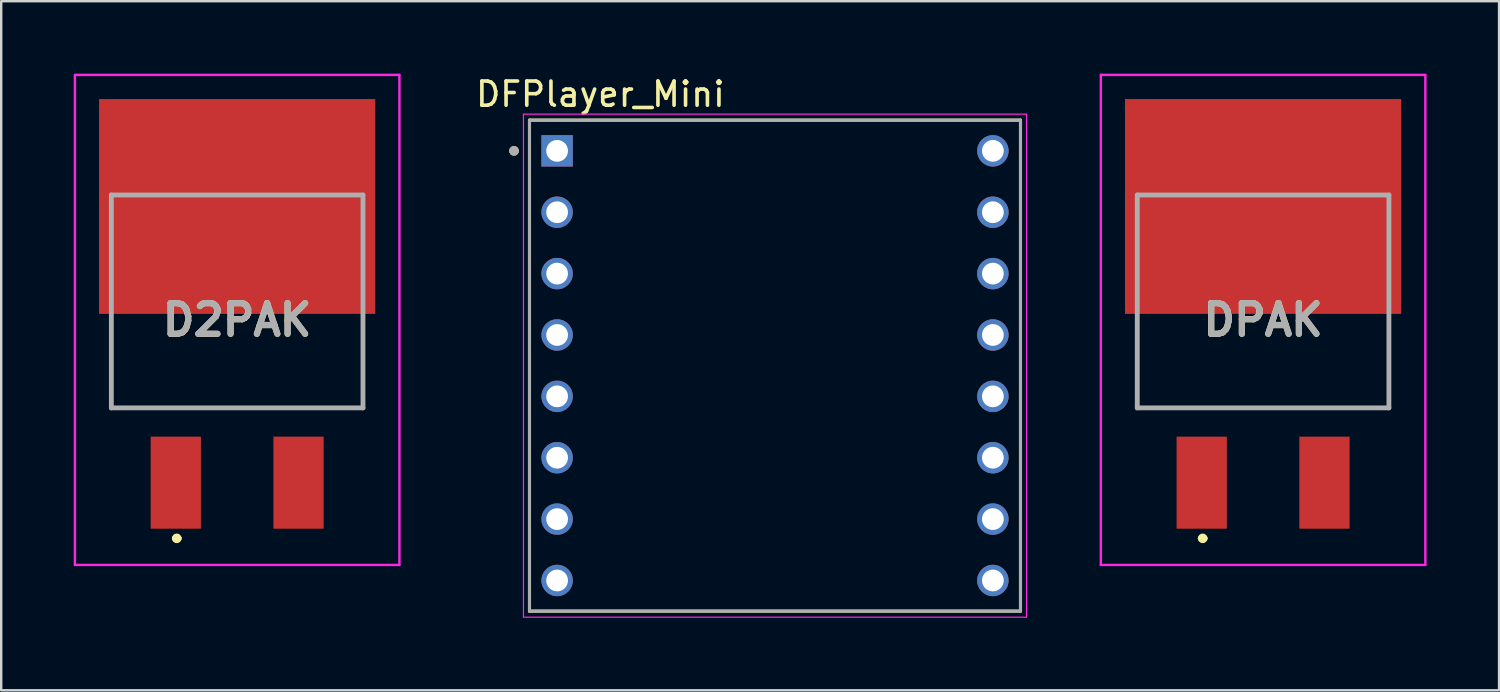
<source format=kicad_pcb>
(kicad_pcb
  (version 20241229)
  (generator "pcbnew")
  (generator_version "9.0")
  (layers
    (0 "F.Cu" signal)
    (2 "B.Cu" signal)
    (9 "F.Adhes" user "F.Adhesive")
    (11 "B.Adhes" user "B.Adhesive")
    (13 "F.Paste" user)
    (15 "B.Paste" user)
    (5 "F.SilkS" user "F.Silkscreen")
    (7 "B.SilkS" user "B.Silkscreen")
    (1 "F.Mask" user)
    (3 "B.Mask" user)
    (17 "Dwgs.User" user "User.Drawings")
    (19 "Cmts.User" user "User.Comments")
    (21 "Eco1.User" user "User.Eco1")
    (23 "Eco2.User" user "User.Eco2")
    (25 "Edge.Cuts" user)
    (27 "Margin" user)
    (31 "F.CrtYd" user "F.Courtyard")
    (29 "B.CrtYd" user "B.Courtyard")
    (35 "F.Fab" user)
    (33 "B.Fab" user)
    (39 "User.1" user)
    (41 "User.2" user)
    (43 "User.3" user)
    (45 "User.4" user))
  (footprint "DFPlayer_Mini"
    (layer "F.Cu")
    (at 29.023 12.083)
    (property "Reference" "DFPlayer_Mini" (at -7.225 -11.235 0) (layer "F.SilkS") (effects (font (size 1 1) (thickness 0.15))))
    (attr through_hole)
    (fp_line (start -10.16 -10.16) (end 10.16 -10.16) (stroke (width 0.127) (type solid)) (layer "F.SilkS"))
    (fp_line (start -10.16 10.16) (end -10.16 -10.16) (stroke (width 0.127) (type solid)) (layer "F.SilkS"))
    (fp_line (start 10.16 -10.16) (end 10.16 10.16) (stroke (width 0.127) (type solid)) (layer "F.SilkS"))
    (fp_line (start 10.16 10.16) (end -10.16 10.16) (stroke (width 0.127) (type solid)) (layer "F.SilkS"))
    (fp_circle (center -10.8 -8.89) (end -10.7 -8.89) (stroke (width 0.2) (type solid)) (fill no) (layer "F.SilkS"))
    (fp_line (start -10.41 -10.41) (end 10.41 -10.41) (stroke (width 0.05) (type solid)) (layer "F.CrtYd"))
    (fp_line (start -10.41 10.41) (end -10.41 -10.41) (stroke (width 0.05) (type solid)) (layer "F.CrtYd"))
    (fp_line (start 10.41 -10.41) (end 10.41 10.41) (stroke (width 0.05) (type solid)) (layer "F.CrtYd"))
    (fp_line (start 10.41 10.41) (end -10.41 10.41) (stroke (width 0.05) (type solid)) (layer "F.CrtYd"))
    (fp_line (start -10.16 -10.16) (end 10.16 -10.16) (stroke (width 0.127) (type solid)) (layer "F.Fab"))
    (fp_line (start -10.16 10.16) (end -10.16 -10.16) (stroke (width 0.127) (type solid)) (layer "F.Fab"))
    (fp_line (start 10.16 -10.16) (end 10.16 10.16) (stroke (width 0.127) (type solid)) (layer "F.Fab"))
    (fp_line (start 10.16 10.16) (end -10.16 10.16) (stroke (width 0.127) (type solid)) (layer "F.Fab"))
    (fp_circle (center -10.8 -8.89) (end -10.7 -8.89) (stroke (width 0.2) (type solid)) (fill no) (layer "F.Fab"))
    (pad "1" thru_hole rect (at -9.017 -8.89) (size 1.3 1.3) (drill 0.9) (layers "*.Cu" "*.Mask"))
    (pad "2" thru_hole circle (at -9.017 -6.35) (size 1.3 1.3) (drill 0.9) (layers "*.Cu" "*.Mask"))
    (pad "3" thru_hole circle (at -9.017 -3.81) (size 1.3 1.3) (drill 0.9) (layers "*.Cu" "*.Mask"))
    (pad "4" thru_hole circle (at -9.017 -1.27) (size 1.3 1.3) (drill 0.9) (layers "*.Cu" "*.Mask"))
    (pad "5" thru_hole circle (at -9.017 1.27) (size 1.3 1.3) (drill 0.9) (layers "*.Cu" "*.Mask"))
    (pad "6" thru_hole circle (at -9.017 3.81) (size 1.3 1.3) (drill 0.9) (layers "*.Cu" "*.Mask"))
    (pad "7" thru_hole circle (at -9.017 6.35) (size 1.3 1.3) (drill 0.9) (layers "*.Cu" "*.Mask"))
    (pad "8" thru_hole circle (at -9.017 8.89) (size 1.3 1.3) (drill 0.9) (layers "*.Cu" "*.Mask"))
    (pad "9" thru_hole circle (at 9.017 8.89) (size 1.3 1.3) (drill 0.9) (layers "*.Cu" "*.Mask"))
    (pad "10" thru_hole circle (at 9.017 6.35) (size 1.3 1.3) (drill 0.9) (layers "*.Cu" "*.Mask"))
    (pad "11" thru_hole circle (at 9.017 3.81) (size 1.3 1.3) (drill 0.9) (layers "*.Cu" "*.Mask"))
    (pad "12" thru_hole circle (at 9.017 1.27) (size 1.3 1.3) (drill 0.9) (layers "*.Cu" "*.Mask"))
    (pad "13" thru_hole circle (at 9.017 -1.27) (size 1.3 1.3) (drill 0.9) (layers "*.Cu" "*.Mask"))
    (pad "14" thru_hole circle (at 9.017 -3.81) (size 1.3 1.3) (drill 0.9) (layers "*.Cu" "*.Mask"))
    (pad "15" thru_hole circle (at 9.017 -6.35) (size 1.3 1.3) (drill 0.9) (layers "*.Cu" "*.Mask"))
    (pad "16" thru_hole circle (at 9.017 -8.89) (size 1.3 1.3) (drill 0.9) (layers "*.Cu" "*.Mask")))
  (footprint "DPAK"
    (layer "F.Cu")
    (at 49.223 12.175)
    (property "Reference" "DPAK" (at 0 -1.985 0) (layer "F.SilkS") (effects (font (size 1.27 1.27) (thickness 0.254))))
    (attr smd)
    (fp_line (start -5.207 -1.845) (end -5.207 1.655) (stroke (width 0.1) (type solid)) (layer "F.SilkS"))
    (fp_line (start -5.207 1.655) (end 5.207 1.655) (stroke (width 0.1) (type solid)) (layer "F.SilkS"))
    (fp_line (start -2.6 7.055) (end -2.6 7.055) (stroke (width 0.2) (type solid)) (layer "F.SilkS"))
    (fp_line (start -2.4 7.055) (end -2.4 7.055) (stroke (width 0.2) (type solid)) (layer "F.SilkS"))
    (fp_line (start 5.207 1.655) (end 5.207 -1.845) (stroke (width 0.1) (type solid)) (layer "F.SilkS"))
    (fp_arc (start -2.6 7.055) (mid -2.5 6.955) (end -2.4 7.055) (stroke (width 0.2) (type solid)) (layer "F.SilkS"))
    (fp_arc (start -2.4 7.055) (mid -2.5 7.155) (end -2.6 7.055) (stroke (width 0.2) (type solid)) (layer "F.SilkS"))
    (fp_line (start -6.715 -12.125) (end 6.715 -12.125) (stroke (width 0.1) (type solid)) (layer "F.CrtYd"))
    (fp_line (start -6.715 8.155) (end -6.715 -12.125) (stroke (width 0.1) (type solid)) (layer "F.CrtYd"))
    (fp_line (start 6.715 -12.125) (end 6.715 8.155) (stroke (width 0.1) (type solid)) (layer "F.CrtYd"))
    (fp_line (start 6.715 8.155) (end -6.715 8.155) (stroke (width 0.1) (type solid)) (layer "F.CrtYd"))
    (fp_line (start -5.207 -7.155) (end -5.207 1.655) (stroke (width 0.2) (type solid)) (layer "F.Fab"))
    (fp_line (start -5.207 1.655) (end 5.207 1.655) (stroke (width 0.2) (type solid)) (layer "F.Fab"))
    (fp_line (start 5.207 -7.155) (end -5.207 -7.155) (stroke (width 0.2) (type solid)) (layer "F.Fab"))
    (fp_line (start 5.207 1.655) (end 5.207 -7.155) (stroke (width 0.2) (type solid)) (layer "F.Fab"))
    (fp_text user "${REFERENCE}" (at 0 -1.985 0) (layer "F.Fab") (effects (font (size 1.27 1.27) (thickness 0.254))))
    (pad "1" smd rect (at -2.54 4.75) (size 2.08 3.81) (layers "F.Cu" "F.Mask" "F.Paste"))
    (pad "2" smd rect (at 0 -6.68 90) (size 8.89 11.43) (layers "F.Cu" "F.Mask" "F.Paste"))
    (pad "3" smd rect (at 2.54 4.75) (size 2.08 3.81) (layers "F.Cu" "F.Mask" "F.Paste")))
  (footprint "D2PAK"
    (layer "F.Cu")
    (at 6.765 12.175)
    (property "Reference" "D2PAK" (at 0 -1.985 0) (layer "F.SilkS") (effects (font (size 1.27 1.27) (thickness 0.254))))
    (attr smd)
    (fp_line (start -5.207 -1.845) (end -5.207 1.655) (stroke (width 0.1) (type solid)) (layer "F.SilkS"))
    (fp_line (start -5.207 1.655) (end 5.207 1.655) (stroke (width 0.1) (type solid)) (layer "F.SilkS"))
    (fp_line (start -2.6 7.055) (end -2.6 7.055) (stroke (width 0.2) (type solid)) (layer "F.SilkS"))
    (fp_line (start -2.4 7.055) (end -2.4 7.055) (stroke (width 0.2) (type solid)) (layer "F.SilkS"))
    (fp_line (start 5.207 1.655) (end 5.207 -1.845) (stroke (width 0.1) (type solid)) (layer "F.SilkS"))
    (fp_arc (start -2.6 7.055) (mid -2.5 6.955) (end -2.4 7.055) (stroke (width 0.2) (type solid)) (layer "F.SilkS"))
    (fp_arc (start -2.4 7.055) (mid -2.5 7.155) (end -2.6 7.055) (stroke (width 0.2) (type solid)) (layer "F.SilkS"))
    (fp_line (start -6.715 -12.125) (end 6.715 -12.125) (stroke (width 0.1) (type solid)) (layer "F.CrtYd"))
    (fp_line (start -6.715 8.155) (end -6.715 -12.125) (stroke (width 0.1) (type solid)) (layer "F.CrtYd"))
    (fp_line (start 6.715 -12.125) (end 6.715 8.155) (stroke (width 0.1) (type solid)) (layer "F.CrtYd"))
    (fp_line (start 6.715 8.155) (end -6.715 8.155) (stroke (width 0.1) (type solid)) (layer "F.CrtYd"))
    (fp_line (start -5.207 -7.155) (end -5.207 1.655) (stroke (width 0.2) (type solid)) (layer "F.Fab"))
    (fp_line (start -5.207 1.655) (end 5.207 1.655) (stroke (width 0.2) (type solid)) (layer "F.Fab"))
    (fp_line (start 5.207 -7.155) (end -5.207 -7.155) (stroke (width 0.2) (type solid)) (layer "F.Fab"))
    (fp_line (start 5.207 1.655) (end 5.207 -7.155) (stroke (width 0.2) (type solid)) (layer "F.Fab"))
    (fp_text user "${REFERENCE}" (at 0 -1.985 0) (layer "F.Fab") (effects (font (size 1.27 1.27) (thickness 0.254))))
    (pad "1" smd rect (at -2.54 4.75) (size 2.08 3.81) (layers "F.Cu" "F.Mask" "F.Paste"))
    (pad "2" smd rect (at 0 -6.68 90) (size 8.89 11.43) (layers "F.Cu" "F.Mask" "F.Paste"))
    (pad "3" smd rect (at 2.54 4.75) (size 2.08 3.81) (layers "F.Cu" "F.Mask" "F.Paste")))
  (gr_rect
    (start -3 -3)
    (end 58.988 25.518)
    (stroke (width 0.1) (type default))
    (fill no)
    (layer "Edge.Cuts")))
</source>
